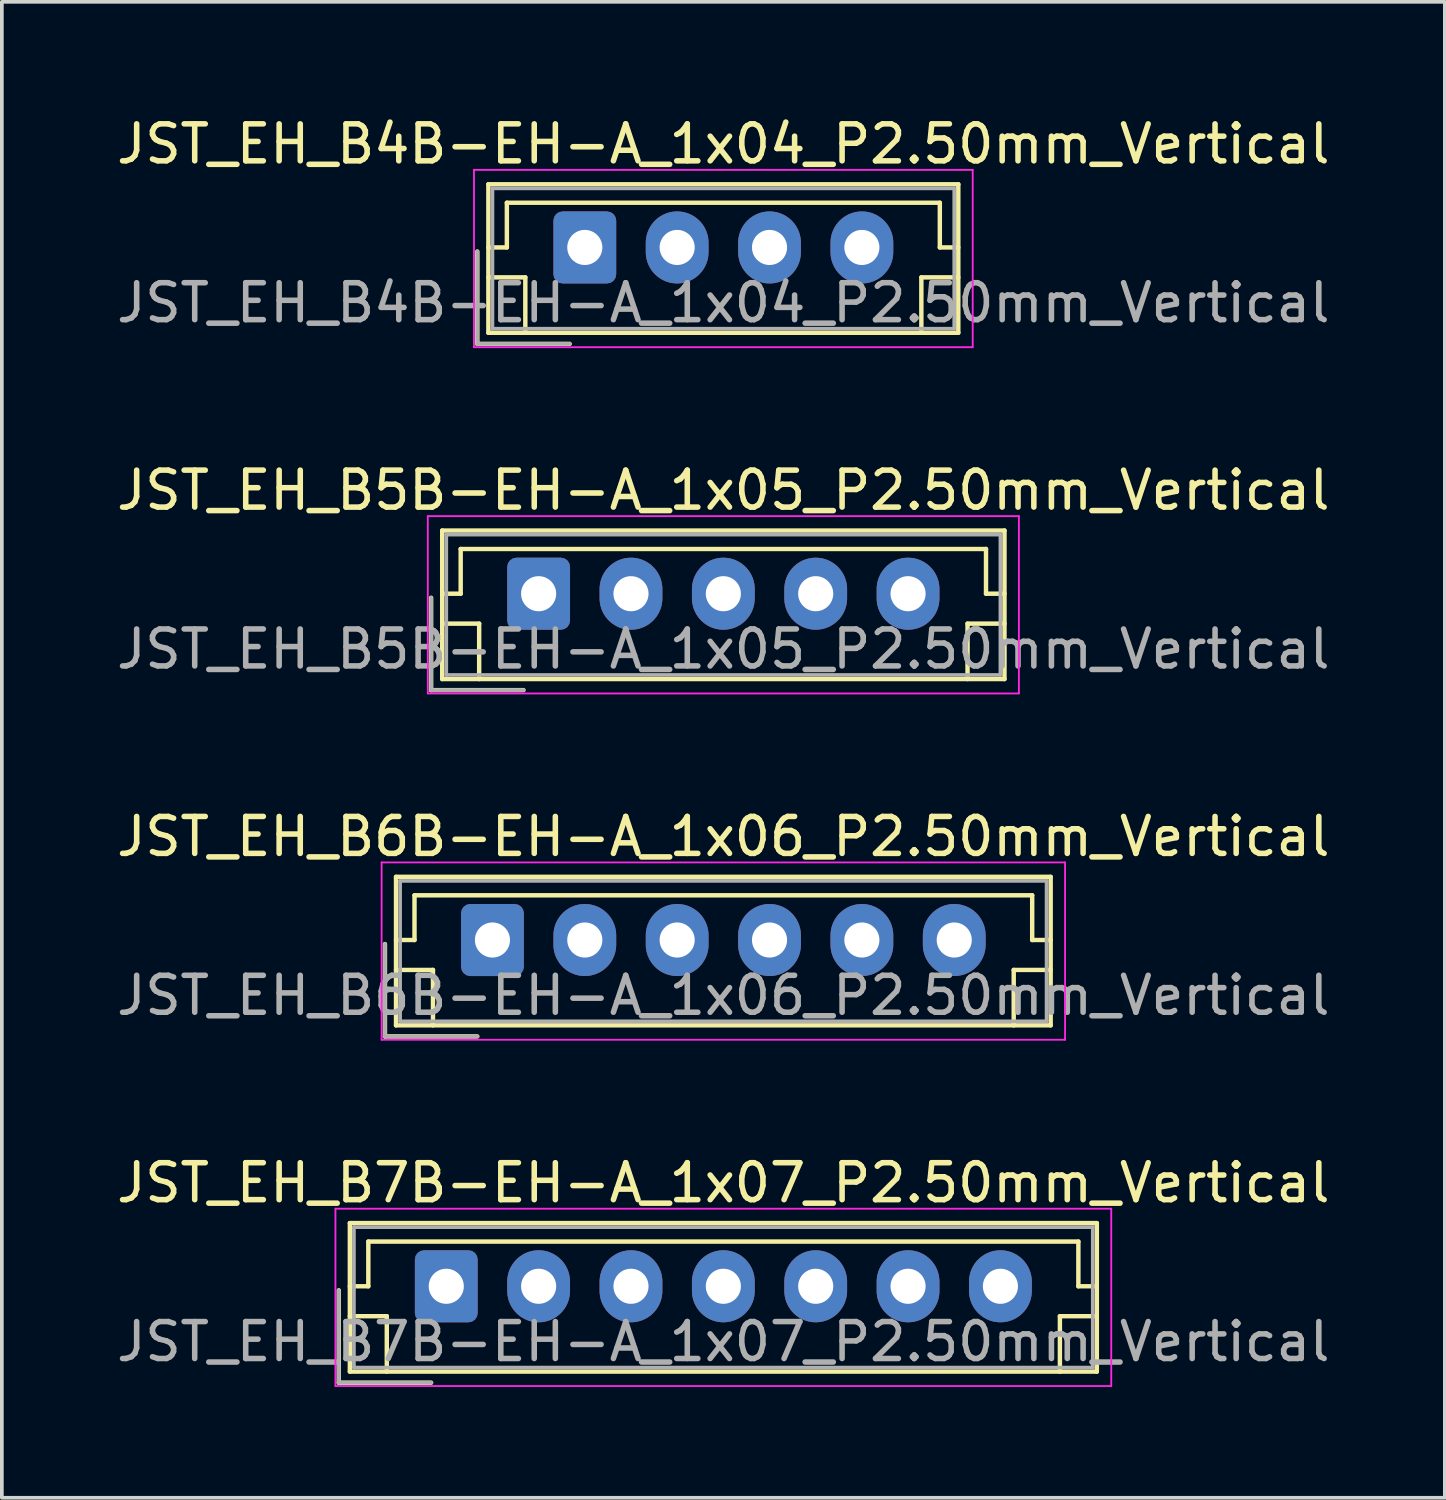
<source format=kicad_pcb>
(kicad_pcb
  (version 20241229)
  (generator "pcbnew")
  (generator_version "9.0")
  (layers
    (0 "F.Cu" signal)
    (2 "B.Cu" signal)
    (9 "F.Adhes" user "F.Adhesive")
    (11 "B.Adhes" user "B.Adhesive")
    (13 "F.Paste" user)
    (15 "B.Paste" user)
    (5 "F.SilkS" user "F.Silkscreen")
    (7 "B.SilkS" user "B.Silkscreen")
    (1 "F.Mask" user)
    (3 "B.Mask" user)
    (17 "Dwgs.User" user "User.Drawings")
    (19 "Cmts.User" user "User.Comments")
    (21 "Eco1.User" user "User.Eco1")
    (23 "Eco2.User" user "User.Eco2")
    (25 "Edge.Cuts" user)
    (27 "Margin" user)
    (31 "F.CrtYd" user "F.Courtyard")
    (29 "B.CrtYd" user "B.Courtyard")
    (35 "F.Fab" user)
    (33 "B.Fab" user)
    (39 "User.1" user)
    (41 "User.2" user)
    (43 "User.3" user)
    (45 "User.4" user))
  (footprint "JST_EH_B7B-EH-A_1x07_P2.50mm_Vertical"
    (layer "F.Cu")
    (at 9.03 31.768)
    (property "Reference" "JST_EH_B7B-EH-A_1x07_P2.50mm_Vertical" (at 7.5 -2.8 0) (layer "F.SilkS") (effects (font (size 1 1) (thickness 0.15))))
    (attr through_hole)
    (fp_line (start -2.91 0.11) (end -2.91 2.61) (stroke (width 0.12) (type solid)) (layer "F.SilkS"))
    (fp_line (start -2.91 2.61) (end -0.41 2.61) (stroke (width 0.12) (type solid)) (layer "F.SilkS"))
    (fp_line (start -2.61 -1.71) (end -2.61 2.31) (stroke (width 0.12) (type solid)) (layer "F.SilkS"))
    (fp_line (start -2.61 0) (end -2.11 0) (stroke (width 0.12) (type solid)) (layer "F.SilkS"))
    (fp_line (start -2.61 0.81) (end -1.61 0.81) (stroke (width 0.12) (type solid)) (layer "F.SilkS"))
    (fp_line (start -2.61 2.31) (end 17.61 2.31) (stroke (width 0.12) (type solid)) (layer "F.SilkS"))
    (fp_line (start -2.11 -1.21) (end 17.11 -1.21) (stroke (width 0.12) (type solid)) (layer "F.SilkS"))
    (fp_line (start -2.11 0) (end -2.11 -1.21) (stroke (width 0.12) (type solid)) (layer "F.SilkS"))
    (fp_line (start -1.61 0.81) (end -1.61 2.31) (stroke (width 0.12) (type solid)) (layer "F.SilkS"))
    (fp_line (start 16.61 0.81) (end 16.61 2.31) (stroke (width 0.12) (type solid)) (layer "F.SilkS"))
    (fp_line (start 17.11 -1.21) (end 17.11 0) (stroke (width 0.12) (type solid)) (layer "F.SilkS"))
    (fp_line (start 17.11 0) (end 17.61 0) (stroke (width 0.12) (type solid)) (layer "F.SilkS"))
    (fp_line (start 17.61 -1.71) (end -2.61 -1.71) (stroke (width 0.12) (type solid)) (layer "F.SilkS"))
    (fp_line (start 17.61 0.81) (end 16.61 0.81) (stroke (width 0.12) (type solid)) (layer "F.SilkS"))
    (fp_line (start 17.61 2.31) (end 17.61 -1.71) (stroke (width 0.12) (type solid)) (layer "F.SilkS"))
    (fp_line (start -3 -2.1) (end -3 2.7) (stroke (width 0.05) (type solid)) (layer "F.CrtYd"))
    (fp_line (start -3 2.7) (end 18 2.7) (stroke (width 0.05) (type solid)) (layer "F.CrtYd"))
    (fp_line (start 18 -2.1) (end -3 -2.1) (stroke (width 0.05) (type solid)) (layer "F.CrtYd"))
    (fp_line (start 18 2.7) (end 18 -2.1) (stroke (width 0.05) (type solid)) (layer "F.CrtYd"))
    (fp_line (start -2.91 0.11) (end -2.91 2.61) (stroke (width 0.1) (type solid)) (layer "F.Fab"))
    (fp_line (start -2.91 2.61) (end -0.41 2.61) (stroke (width 0.1) (type solid)) (layer "F.Fab"))
    (fp_line (start -2.5 -1.6) (end -2.5 2.2) (stroke (width 0.1) (type solid)) (layer "F.Fab"))
    (fp_line (start -2.5 2.2) (end 17.5 2.2) (stroke (width 0.1) (type solid)) (layer "F.Fab"))
    (fp_line (start 17.5 -1.6) (end -2.5 -1.6) (stroke (width 0.1) (type solid)) (layer "F.Fab"))
    (fp_line (start 17.5 2.2) (end 17.5 -1.6) (stroke (width 0.1) (type solid)) (layer "F.Fab"))
    (fp_text user "${REFERENCE}" (at 7.5 1.5 0) (layer "F.Fab") (effects (font (size 1 1) (thickness 0.15))))
    (pad "1" thru_hole roundrect (at 0 0) (size 1.7 1.95) (drill 0.95) (layers "*.Cu" "*.Mask") (roundrect_rratio 0.147))
    (pad "2" thru_hole oval (at 2.5 0) (size 1.7 1.95) (drill 0.95) (layers "*.Cu" "*.Mask"))
    (pad "3" thru_hole oval (at 5 0) (size 1.7 1.95) (drill 0.95) (layers "*.Cu" "*.Mask"))
    (pad "4" thru_hole oval (at 7.5 0) (size 1.7 1.95) (drill 0.95) (layers "*.Cu" "*.Mask"))
    (pad "5" thru_hole oval (at 10 0) (size 1.7 1.95) (drill 0.95) (layers "*.Cu" "*.Mask"))
    (pad "6" thru_hole oval (at 12.5 0) (size 1.7 1.95) (drill 0.95) (layers "*.Cu" "*.Mask"))
    (pad "7" thru_hole oval (at 15 0) (size 1.7 1.95) (drill 0.95) (layers "*.Cu" "*.Mask")))
  (footprint "JST_EH_B4B-EH-A_1x04_P2.50mm_Vertical"
    (layer "F.Cu")
    (at 12.78 3.648)
    (property "Reference" "JST_EH_B4B-EH-A_1x04_P2.50mm_Vertical" (at 3.75 -2.8 0) (layer "F.SilkS") (effects (font (size 1 1) (thickness 0.15))))
    (attr through_hole)
    (fp_line (start -2.91 0.11) (end -2.91 2.61) (stroke (width 0.12) (type solid)) (layer "F.SilkS"))
    (fp_line (start -2.91 2.61) (end -0.41 2.61) (stroke (width 0.12) (type solid)) (layer "F.SilkS"))
    (fp_line (start -2.61 -1.71) (end -2.61 2.31) (stroke (width 0.12) (type solid)) (layer "F.SilkS"))
    (fp_line (start -2.61 0) (end -2.11 0) (stroke (width 0.12) (type solid)) (layer "F.SilkS"))
    (fp_line (start -2.61 0.81) (end -1.61 0.81) (stroke (width 0.12) (type solid)) (layer "F.SilkS"))
    (fp_line (start -2.61 2.31) (end 10.11 2.31) (stroke (width 0.12) (type solid)) (layer "F.SilkS"))
    (fp_line (start -2.11 -1.21) (end 9.61 -1.21) (stroke (width 0.12) (type solid)) (layer "F.SilkS"))
    (fp_line (start -2.11 0) (end -2.11 -1.21) (stroke (width 0.12) (type solid)) (layer "F.SilkS"))
    (fp_line (start -1.61 0.81) (end -1.61 2.31) (stroke (width 0.12) (type solid)) (layer "F.SilkS"))
    (fp_line (start 9.11 0.81) (end 9.11 2.31) (stroke (width 0.12) (type solid)) (layer "F.SilkS"))
    (fp_line (start 9.61 -1.21) (end 9.61 0) (stroke (width 0.12) (type solid)) (layer "F.SilkS"))
    (fp_line (start 9.61 0) (end 10.11 0) (stroke (width 0.12) (type solid)) (layer "F.SilkS"))
    (fp_line (start 10.11 -1.71) (end -2.61 -1.71) (stroke (width 0.12) (type solid)) (layer "F.SilkS"))
    (fp_line (start 10.11 0.81) (end 9.11 0.81) (stroke (width 0.12) (type solid)) (layer "F.SilkS"))
    (fp_line (start 10.11 2.31) (end 10.11 -1.71) (stroke (width 0.12) (type solid)) (layer "F.SilkS"))
    (fp_line (start -3 -2.1) (end -3 2.7) (stroke (width 0.05) (type solid)) (layer "F.CrtYd"))
    (fp_line (start -3 2.7) (end 10.5 2.7) (stroke (width 0.05) (type solid)) (layer "F.CrtYd"))
    (fp_line (start 10.5 -2.1) (end -3 -2.1) (stroke (width 0.05) (type solid)) (layer "F.CrtYd"))
    (fp_line (start 10.5 2.7) (end 10.5 -2.1) (stroke (width 0.05) (type solid)) (layer "F.CrtYd"))
    (fp_line (start -2.91 0.11) (end -2.91 2.61) (stroke (width 0.1) (type solid)) (layer "F.Fab"))
    (fp_line (start -2.91 2.61) (end -0.41 2.61) (stroke (width 0.1) (type solid)) (layer "F.Fab"))
    (fp_line (start -2.5 -1.6) (end -2.5 2.2) (stroke (width 0.1) (type solid)) (layer "F.Fab"))
    (fp_line (start -2.5 2.2) (end 10 2.2) (stroke (width 0.1) (type solid)) (layer "F.Fab"))
    (fp_line (start 10 -1.6) (end -2.5 -1.6) (stroke (width 0.1) (type solid)) (layer "F.Fab"))
    (fp_line (start 10 2.2) (end 10 -1.6) (stroke (width 0.1) (type solid)) (layer "F.Fab"))
    (fp_text user "${REFERENCE}" (at 3.75 1.5 0) (layer "F.Fab") (effects (font (size 1 1) (thickness 0.15))))
    (pad "1" thru_hole roundrect (at 0 0) (size 1.7 1.95) (drill 0.95) (layers "*.Cu" "*.Mask") (roundrect_rratio 0.147))
    (pad "2" thru_hole oval (at 2.5 0) (size 1.7 1.95) (drill 0.95) (layers "*.Cu" "*.Mask"))
    (pad "3" thru_hole oval (at 5 0) (size 1.7 1.95) (drill 0.95) (layers "*.Cu" "*.Mask"))
    (pad "4" thru_hole oval (at 7.5 0) (size 1.7 1.95) (drill 0.95) (layers "*.Cu" "*.Mask")))
  (footprint "JST_EH_B6B-EH-A_1x06_P2.50mm_Vertical"
    (layer "F.Cu")
    (at 10.28 22.395)
    (property "Reference" "JST_EH_B6B-EH-A_1x06_P2.50mm_Vertical" (at 6.25 -2.8 0) (layer "F.SilkS") (effects (font (size 1 1) (thickness 0.15))))
    (attr through_hole)
    (fp_line (start -2.91 0.11) (end -2.91 2.61) (stroke (width 0.12) (type solid)) (layer "F.SilkS"))
    (fp_line (start -2.91 2.61) (end -0.41 2.61) (stroke (width 0.12) (type solid)) (layer "F.SilkS"))
    (fp_line (start -2.61 -1.71) (end -2.61 2.31) (stroke (width 0.12) (type solid)) (layer "F.SilkS"))
    (fp_line (start -2.61 0) (end -2.11 0) (stroke (width 0.12) (type solid)) (layer "F.SilkS"))
    (fp_line (start -2.61 0.81) (end -1.61 0.81) (stroke (width 0.12) (type solid)) (layer "F.SilkS"))
    (fp_line (start -2.61 2.31) (end 15.11 2.31) (stroke (width 0.12) (type solid)) (layer "F.SilkS"))
    (fp_line (start -2.11 -1.21) (end 14.61 -1.21) (stroke (width 0.12) (type solid)) (layer "F.SilkS"))
    (fp_line (start -2.11 0) (end -2.11 -1.21) (stroke (width 0.12) (type solid)) (layer "F.SilkS"))
    (fp_line (start -1.61 0.81) (end -1.61 2.31) (stroke (width 0.12) (type solid)) (layer "F.SilkS"))
    (fp_line (start 14.11 0.81) (end 14.11 2.31) (stroke (width 0.12) (type solid)) (layer "F.SilkS"))
    (fp_line (start 14.61 -1.21) (end 14.61 0) (stroke (width 0.12) (type solid)) (layer "F.SilkS"))
    (fp_line (start 14.61 0) (end 15.11 0) (stroke (width 0.12) (type solid)) (layer "F.SilkS"))
    (fp_line (start 15.11 -1.71) (end -2.61 -1.71) (stroke (width 0.12) (type solid)) (layer "F.SilkS"))
    (fp_line (start 15.11 0.81) (end 14.11 0.81) (stroke (width 0.12) (type solid)) (layer "F.SilkS"))
    (fp_line (start 15.11 2.31) (end 15.11 -1.71) (stroke (width 0.12) (type solid)) (layer "F.SilkS"))
    (fp_line (start -3 -2.1) (end -3 2.7) (stroke (width 0.05) (type solid)) (layer "F.CrtYd"))
    (fp_line (start -3 2.7) (end 15.5 2.7) (stroke (width 0.05) (type solid)) (layer "F.CrtYd"))
    (fp_line (start 15.5 -2.1) (end -3 -2.1) (stroke (width 0.05) (type solid)) (layer "F.CrtYd"))
    (fp_line (start 15.5 2.7) (end 15.5 -2.1) (stroke (width 0.05) (type solid)) (layer "F.CrtYd"))
    (fp_line (start -2.91 0.11) (end -2.91 2.61) (stroke (width 0.1) (type solid)) (layer "F.Fab"))
    (fp_line (start -2.91 2.61) (end -0.41 2.61) (stroke (width 0.1) (type solid)) (layer "F.Fab"))
    (fp_line (start -2.5 -1.6) (end -2.5 2.2) (stroke (width 0.1) (type solid)) (layer "F.Fab"))
    (fp_line (start -2.5 2.2) (end 15 2.2) (stroke (width 0.1) (type solid)) (layer "F.Fab"))
    (fp_line (start 15 -1.6) (end -2.5 -1.6) (stroke (width 0.1) (type solid)) (layer "F.Fab"))
    (fp_line (start 15 2.2) (end 15 -1.6) (stroke (width 0.1) (type solid)) (layer "F.Fab"))
    (fp_text user "${REFERENCE}" (at 6.25 1.5 0) (layer "F.Fab") (effects (font (size 1 1) (thickness 0.15))))
    (pad "1" thru_hole roundrect (at 0 0) (size 1.7 1.95) (drill 0.95) (layers "*.Cu" "*.Mask") (roundrect_rratio 0.147))
    (pad "2" thru_hole oval (at 2.5 0) (size 1.7 1.95) (drill 0.95) (layers "*.Cu" "*.Mask"))
    (pad "3" thru_hole oval (at 5 0) (size 1.7 1.95) (drill 0.95) (layers "*.Cu" "*.Mask"))
    (pad "4" thru_hole oval (at 7.5 0) (size 1.7 1.95) (drill 0.95) (layers "*.Cu" "*.Mask"))
    (pad "5" thru_hole oval (at 10 0) (size 1.7 1.95) (drill 0.95) (layers "*.Cu" "*.Mask"))
    (pad "6" thru_hole oval (at 12.5 0) (size 1.7 1.95) (drill 0.95) (layers "*.Cu" "*.Mask")))
  (footprint "JST_EH_B5B-EH-A_1x05_P2.50mm_Vertical"
    (layer "F.Cu")
    (at 11.53 13.021)
    (property "Reference" "JST_EH_B5B-EH-A_1x05_P2.50mm_Vertical" (at 5 -2.8 0) (layer "F.SilkS") (effects (font (size 1 1) (thickness 0.15))))
    (attr through_hole)
    (fp_line (start -2.91 0.11) (end -2.91 2.61) (stroke (width 0.12) (type solid)) (layer "F.SilkS"))
    (fp_line (start -2.91 2.61) (end -0.41 2.61) (stroke (width 0.12) (type solid)) (layer "F.SilkS"))
    (fp_line (start -2.61 -1.71) (end -2.61 2.31) (stroke (width 0.12) (type solid)) (layer "F.SilkS"))
    (fp_line (start -2.61 0) (end -2.11 0) (stroke (width 0.12) (type solid)) (layer "F.SilkS"))
    (fp_line (start -2.61 0.81) (end -1.61 0.81) (stroke (width 0.12) (type solid)) (layer "F.SilkS"))
    (fp_line (start -2.61 2.31) (end 12.61 2.31) (stroke (width 0.12) (type solid)) (layer "F.SilkS"))
    (fp_line (start -2.11 -1.21) (end 12.11 -1.21) (stroke (width 0.12) (type solid)) (layer "F.SilkS"))
    (fp_line (start -2.11 0) (end -2.11 -1.21) (stroke (width 0.12) (type solid)) (layer "F.SilkS"))
    (fp_line (start -1.61 0.81) (end -1.61 2.31) (stroke (width 0.12) (type solid)) (layer "F.SilkS"))
    (fp_line (start 11.61 0.81) (end 11.61 2.31) (stroke (width 0.12) (type solid)) (layer "F.SilkS"))
    (fp_line (start 12.11 -1.21) (end 12.11 0) (stroke (width 0.12) (type solid)) (layer "F.SilkS"))
    (fp_line (start 12.11 0) (end 12.61 0) (stroke (width 0.12) (type solid)) (layer "F.SilkS"))
    (fp_line (start 12.61 -1.71) (end -2.61 -1.71) (stroke (width 0.12) (type solid)) (layer "F.SilkS"))
    (fp_line (start 12.61 0.81) (end 11.61 0.81) (stroke (width 0.12) (type solid)) (layer "F.SilkS"))
    (fp_line (start 12.61 2.31) (end 12.61 -1.71) (stroke (width 0.12) (type solid)) (layer "F.SilkS"))
    (fp_line (start -3 -2.1) (end -3 2.7) (stroke (width 0.05) (type solid)) (layer "F.CrtYd"))
    (fp_line (start -3 2.7) (end 13 2.7) (stroke (width 0.05) (type solid)) (layer "F.CrtYd"))
    (fp_line (start 13 -2.1) (end -3 -2.1) (stroke (width 0.05) (type solid)) (layer "F.CrtYd"))
    (fp_line (start 13 2.7) (end 13 -2.1) (stroke (width 0.05) (type solid)) (layer "F.CrtYd"))
    (fp_line (start -2.91 0.11) (end -2.91 2.61) (stroke (width 0.1) (type solid)) (layer "F.Fab"))
    (fp_line (start -2.91 2.61) (end -0.41 2.61) (stroke (width 0.1) (type solid)) (layer "F.Fab"))
    (fp_line (start -2.5 -1.6) (end -2.5 2.2) (stroke (width 0.1) (type solid)) (layer "F.Fab"))
    (fp_line (start -2.5 2.2) (end 12.5 2.2) (stroke (width 0.1) (type solid)) (layer "F.Fab"))
    (fp_line (start 12.5 -1.6) (end -2.5 -1.6) (stroke (width 0.1) (type solid)) (layer "F.Fab"))
    (fp_line (start 12.5 2.2) (end 12.5 -1.6) (stroke (width 0.1) (type solid)) (layer "F.Fab"))
    (fp_text user "${REFERENCE}" (at 5 1.5 0) (layer "F.Fab") (effects (font (size 1 1) (thickness 0.15))))
    (pad "1" thru_hole roundrect (at 0 0) (size 1.7 1.95) (drill 0.95) (layers "*.Cu" "*.Mask") (roundrect_rratio 0.147))
    (pad "2" thru_hole oval (at 2.5 0) (size 1.7 1.95) (drill 0.95) (layers "*.Cu" "*.Mask"))
    (pad "3" thru_hole oval (at 5 0) (size 1.7 1.95) (drill 0.95) (layers "*.Cu" "*.Mask"))
    (pad "4" thru_hole oval (at 7.5 0) (size 1.7 1.95) (drill 0.95) (layers "*.Cu" "*.Mask"))
    (pad "5" thru_hole oval (at 10 0) (size 1.7 1.95) (drill 0.95) (layers "*.Cu" "*.Mask")))
  (gr_rect
    (start -3 -3)
    (end 36.06 37.493)
    (stroke (width 0.1) (type default))
    (fill no)
    (layer "Edge.Cuts")))
</source>
